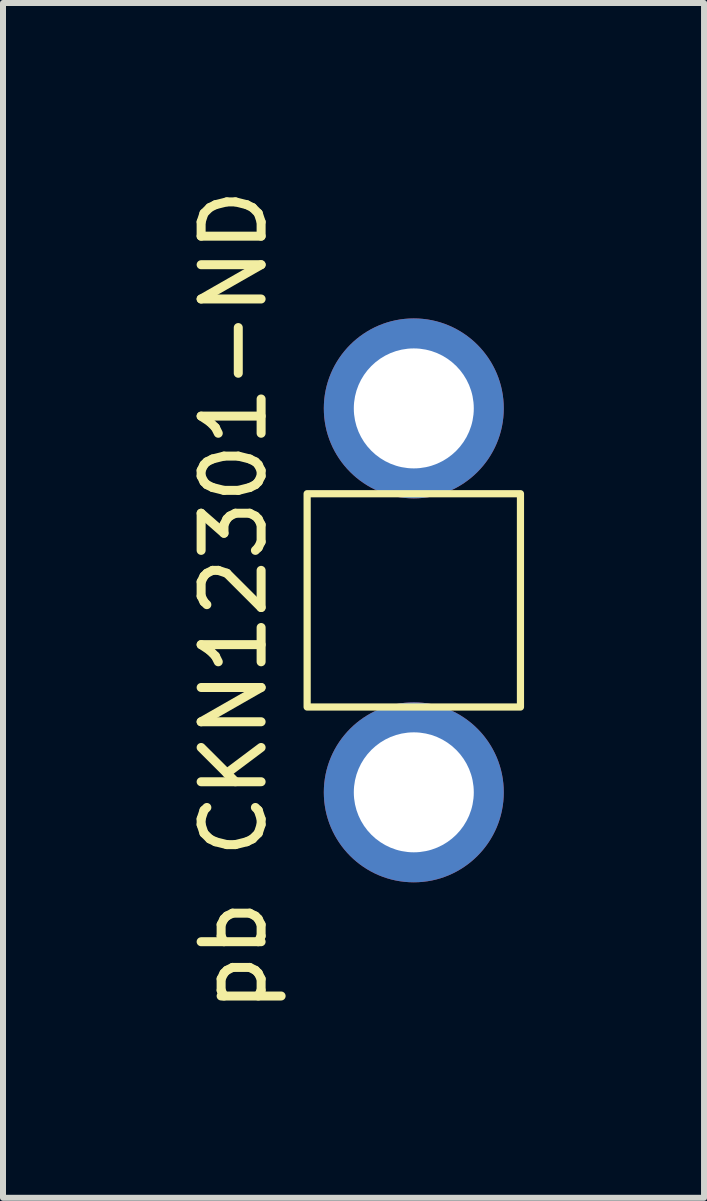
<source format=kicad_pcb>
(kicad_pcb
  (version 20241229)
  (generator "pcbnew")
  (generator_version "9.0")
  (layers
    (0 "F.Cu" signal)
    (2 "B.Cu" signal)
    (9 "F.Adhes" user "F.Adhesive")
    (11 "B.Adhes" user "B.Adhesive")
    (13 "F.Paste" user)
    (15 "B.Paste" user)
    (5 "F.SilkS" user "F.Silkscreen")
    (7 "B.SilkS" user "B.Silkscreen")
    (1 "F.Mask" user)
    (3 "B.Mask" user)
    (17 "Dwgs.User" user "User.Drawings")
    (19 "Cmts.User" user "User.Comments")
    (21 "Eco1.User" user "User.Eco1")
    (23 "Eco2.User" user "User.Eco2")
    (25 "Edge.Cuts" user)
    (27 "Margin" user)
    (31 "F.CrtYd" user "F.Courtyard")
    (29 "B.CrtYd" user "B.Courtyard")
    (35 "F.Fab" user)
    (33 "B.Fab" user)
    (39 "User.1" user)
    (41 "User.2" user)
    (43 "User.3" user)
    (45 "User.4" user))
  (footprint "pb CKN12301-ND"
    (layer "F.Cu")
    (at 3.848 6.958)
    (property "Reference" "pb CKN12301-ND" (at -3 0 90) (layer "F.SilkS") (effects (font (size 1 1) (thickness 0.15))))
    (fp_rect (start -1.778 -1.778) (end 1.778 1.778) (stroke (width 0.12) (type solid)) (fill no) (layer "F.SilkS"))
    (pad "1" thru_hole circle (at 0 3.2) (size 3 3) (drill 2) (layers "*.Cu" "*.Mask"))
    (pad "2" thru_hole circle (at 0 -3.2) (size 3 3) (drill 2) (layers "*.Cu" "*.Mask")))
  (gr_rect
    (start -3 -3)
    (end 8.686 16.917)
    (stroke (width 0.1) (type default))
    (fill no)
    (layer "Edge.Cuts")))
</source>
